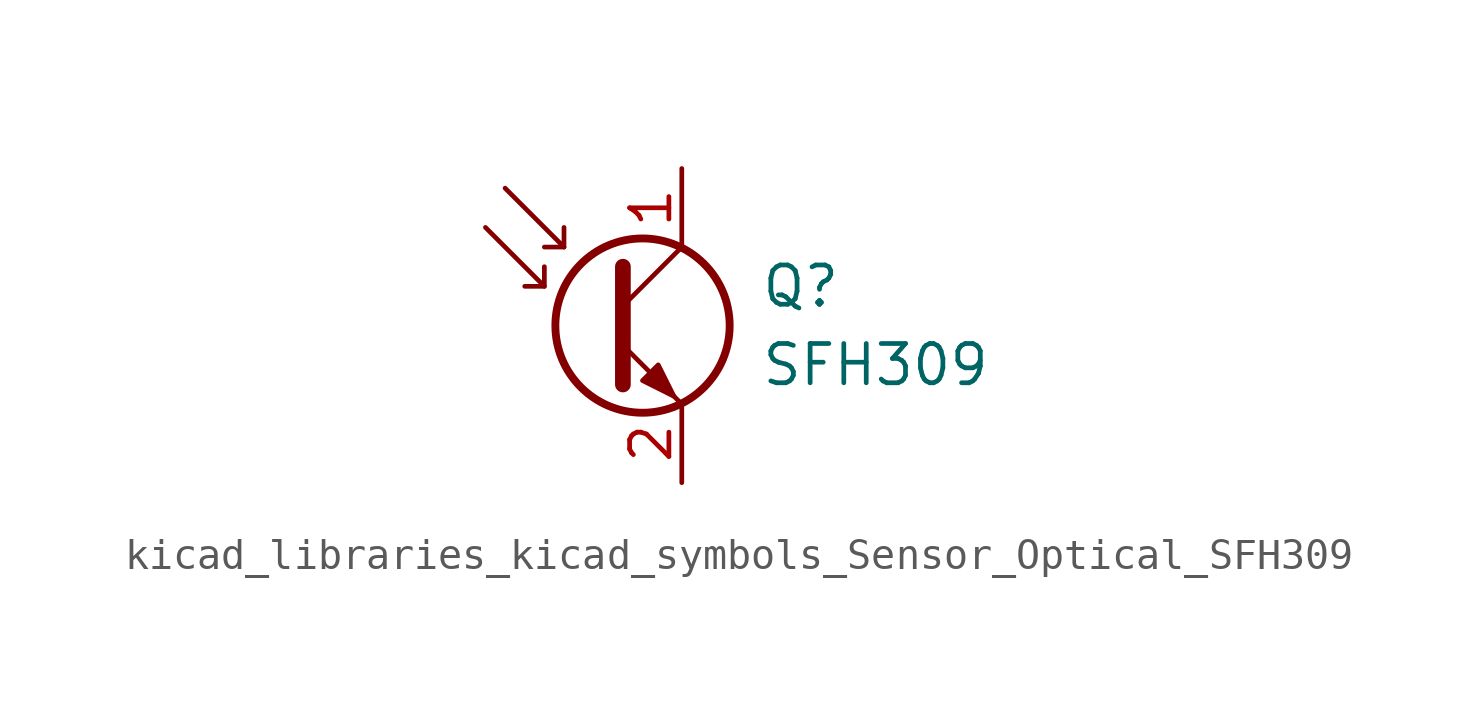
<source format=kicad_sym>
(kicad_symbol_lib
  (version 20220914)
  (generator kicad_symbol_editor)
  (symbol "kicad_libraries_kicad_symbols_Sensor_Optical_SFH309"
    (pin_names
      (offset 0) hide)
    (property "Reference" "Q"
      (at 5.08 1.27 0)
      (effects (font (size 1.27 1.27)) (justify left)))
    (property "Value" "SFH309"
      (at 5.08 -1.27 0)
      (effects (font (size 1.27 1.27)) (justify left)))
    (symbol "kicad_libraries_kicad_symbols_Sensor_Optical_SFH309_0_1"
      (polyline (pts (xy -1.905 1.27) (xy -2.54 1.27)) (stroke (width 0) (type default)) (fill (type none)))
      (polyline (pts (xy -1.27 2.54) (xy -1.905 2.54)) (stroke (width 0) (type default)) (fill (type none)))
      (polyline (pts (xy 0.635 0.635) (xy 2.54 2.54)) (stroke (width 0) (type default)) (fill (type none)))
      (polyline (pts (xy -3.81 3.175) (xy -1.905 1.27) (xy -1.905 1.905)) (stroke (width 0) (type default)) (fill (type none)))
      (polyline (pts (xy -3.175 4.445) (xy -1.27 2.54) (xy -1.27 3.175)) (stroke (width 0) (type default)) (fill (type none)))
      (polyline (pts (xy 0.635 -0.635) (xy 2.54 -2.54) (xy 2.54 -2.54)) (stroke (width 0) (type default)) (fill (type none)))
      (polyline (pts (xy 0.635 1.905) (xy 0.635 -1.905) (xy 0.635 -1.905)) (stroke (width 0.508) (type default)) (fill (type none)))
      (polyline (pts (xy 1.27 -1.778) (xy 1.778 -1.27) (xy 2.286 -2.286) (xy 1.27 -1.778) (xy 1.27 -1.778)) (stroke (width 0) (type default)) (fill (type outline)))
      (circle (center 1.27 0) (radius 2.819) (stroke (width 0.254) (type default)) (fill (type none))))
    (symbol "kicad_libraries_kicad_symbols_Sensor_Optical_SFH309_1_1"
      (pin passive line (at 2.54 5.08 270) (length 2.54) (name "C" (effects (font (size 1.27 1.27)))) (number "1" (effects (font (size 1.27 1.27)))))
      (pin passive line (at 2.54 -5.08 90) (length 2.54) (name "E" (effects (font (size 1.27 1.27)))) (number "2" (effects (font (size 1.27 1.27))))))))
</source>
